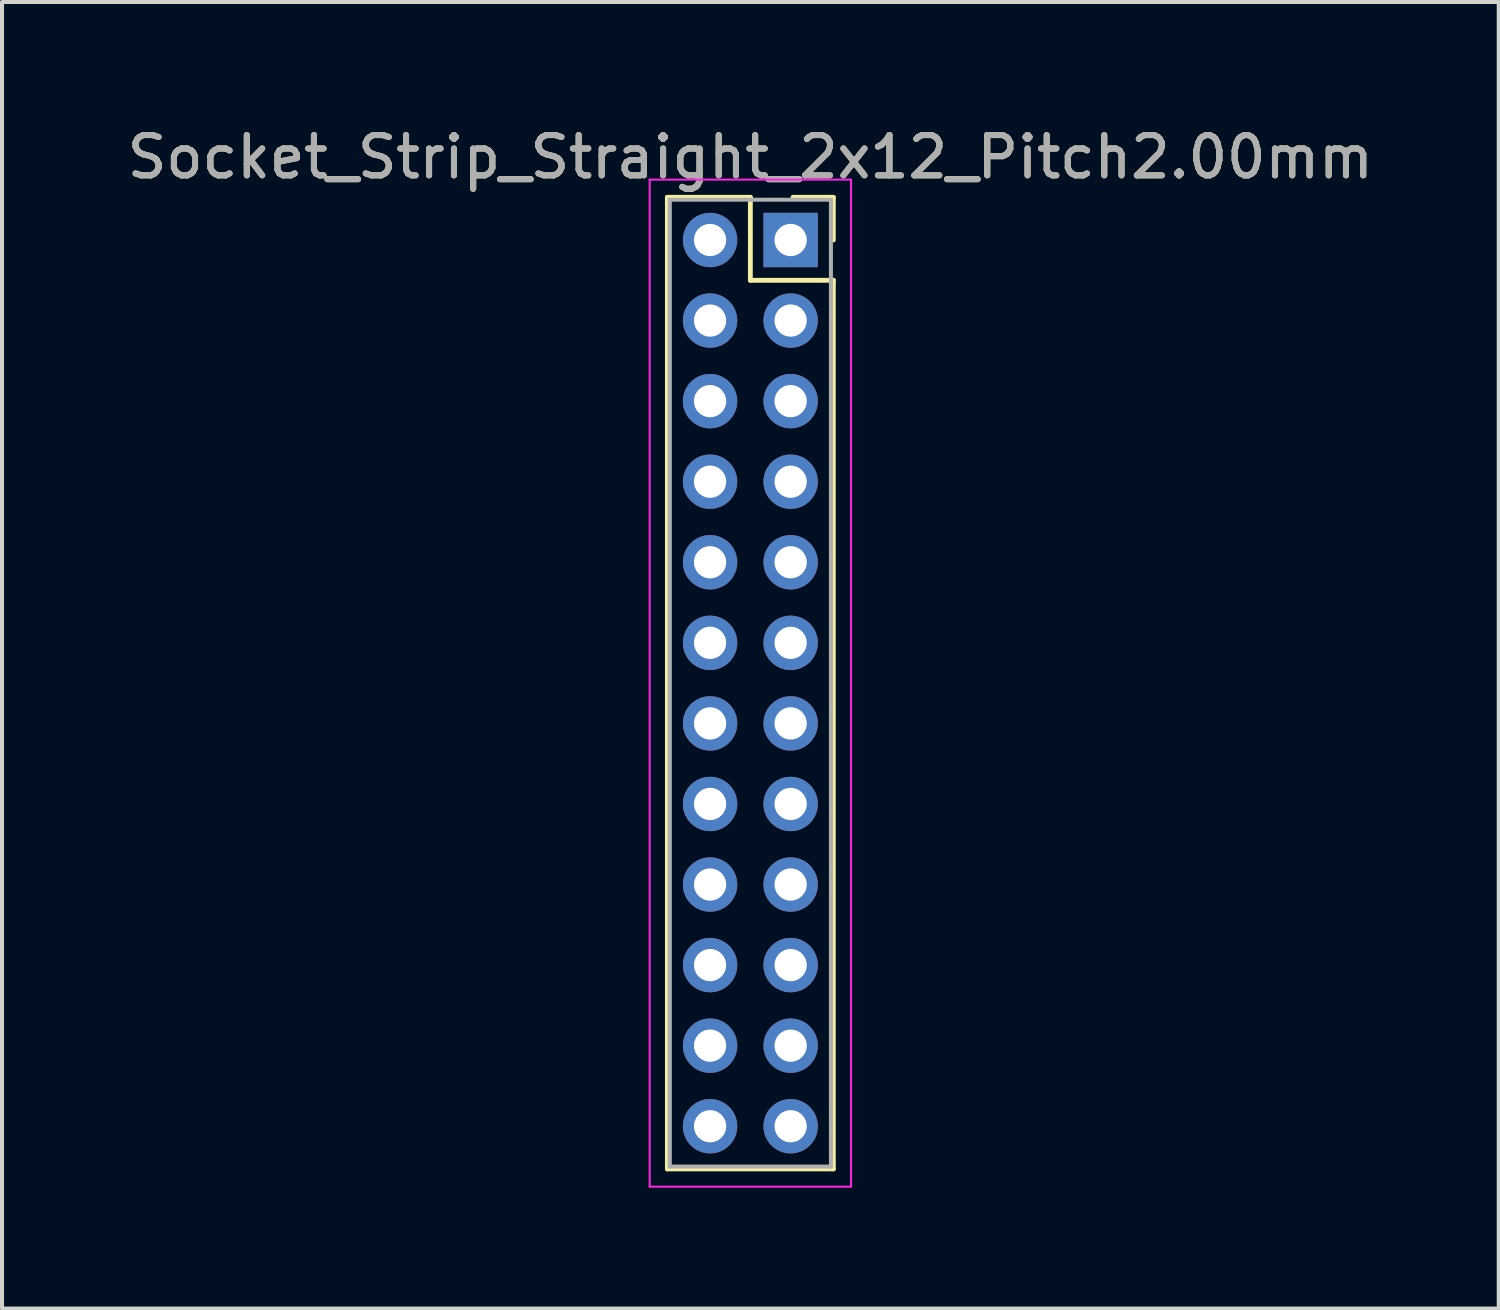
<source format=kicad_pcb>
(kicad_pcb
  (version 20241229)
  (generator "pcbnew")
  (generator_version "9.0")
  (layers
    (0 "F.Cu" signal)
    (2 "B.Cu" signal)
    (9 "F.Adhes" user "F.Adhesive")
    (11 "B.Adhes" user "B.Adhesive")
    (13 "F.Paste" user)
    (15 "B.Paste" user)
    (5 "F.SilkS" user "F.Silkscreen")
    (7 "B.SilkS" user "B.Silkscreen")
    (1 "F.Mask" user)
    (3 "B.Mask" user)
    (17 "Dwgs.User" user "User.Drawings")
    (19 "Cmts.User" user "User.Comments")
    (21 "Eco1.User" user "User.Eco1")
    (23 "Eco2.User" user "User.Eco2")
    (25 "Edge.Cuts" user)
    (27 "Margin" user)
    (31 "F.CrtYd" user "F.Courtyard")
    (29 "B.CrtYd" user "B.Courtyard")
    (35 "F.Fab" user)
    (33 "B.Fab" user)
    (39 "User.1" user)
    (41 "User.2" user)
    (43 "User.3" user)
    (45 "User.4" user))
  (footprint "Socket_Strip_Straight_2x12_Pitch2.00mm"
    (layer "F.Cu")
    (at 16.577 2.908)
    (property "Reference" "Socket_Strip_Straight_2x12_Pitch2.00mm" (at -1 -2.06 0) (layer "F.SilkS") (effects (font (size 1 1) (thickness 0.15))))
    (attr through_hole)
    (fp_line (start -3.06 -1.06) (end -1 -1.06) (stroke (width 0.12) (type solid)) (layer "F.SilkS"))
    (fp_line (start -3.06 23.06) (end -3.06 -1.06) (stroke (width 0.12) (type solid)) (layer "F.SilkS"))
    (fp_line (start -1 -1.06) (end -1 1) (stroke (width 0.12) (type solid)) (layer "F.SilkS"))
    (fp_line (start -1 1) (end 1.06 1) (stroke (width 0.12) (type solid)) (layer "F.SilkS"))
    (fp_line (start 1.06 -1.06) (end 0.06 -1.06) (stroke (width 0.12) (type solid)) (layer "F.SilkS"))
    (fp_line (start 1.06 0) (end 1.06 -1.06) (stroke (width 0.12) (type solid)) (layer "F.SilkS"))
    (fp_line (start 1.06 1) (end 1.06 23.06) (stroke (width 0.12) (type solid)) (layer "F.SilkS"))
    (fp_line (start 1.06 23.06) (end -3.06 23.06) (stroke (width 0.12) (type solid)) (layer "F.SilkS"))
    (fp_line (start -3.5 -1.5) (end -3.5 23.5) (stroke (width 0.05) (type solid)) (layer "F.CrtYd"))
    (fp_line (start -3.5 23.5) (end 1.5 23.5) (stroke (width 0.05) (type solid)) (layer "F.CrtYd"))
    (fp_line (start 1.5 -1.5) (end -3.5 -1.5) (stroke (width 0.05) (type solid)) (layer "F.CrtYd"))
    (fp_line (start 1.5 23.5) (end 1.5 -1.5) (stroke (width 0.05) (type solid)) (layer "F.CrtYd"))
    (fp_line (start -3 -1) (end -3 23) (stroke (width 0.1) (type solid)) (layer "F.Fab"))
    (fp_line (start -3 23) (end 1 23) (stroke (width 0.1) (type solid)) (layer "F.Fab"))
    (fp_line (start 1 -1) (end -3 -1) (stroke (width 0.1) (type solid)) (layer "F.Fab"))
    (fp_line (start 1 23) (end 1 -1) (stroke (width 0.1) (type solid)) (layer "F.Fab"))
    (fp_text user "${REFERENCE}" (at -1 -2.06 0) (layer "F.Fab") (effects (font (size 1 1) (thickness 0.15))))
    (pad "1" thru_hole rect (at 0 0) (size 1.35 1.35) (drill 0.8) (layers "*.Cu" "*.Mask"))
    (pad "2" thru_hole oval (at -2 0) (size 1.35 1.35) (drill 0.8) (layers "*.Cu" "*.Mask"))
    (pad "3" thru_hole oval (at 0 2) (size 1.35 1.35) (drill 0.8) (layers "*.Cu" "*.Mask"))
    (pad "4" thru_hole oval (at -2 2) (size 1.35 1.35) (drill 0.8) (layers "*.Cu" "*.Mask"))
    (pad "5" thru_hole oval (at 0 4) (size 1.35 1.35) (drill 0.8) (layers "*.Cu" "*.Mask"))
    (pad "6" thru_hole oval (at -2 4) (size 1.35 1.35) (drill 0.8) (layers "*.Cu" "*.Mask"))
    (pad "7" thru_hole oval (at 0 6) (size 1.35 1.35) (drill 0.8) (layers "*.Cu" "*.Mask"))
    (pad "8" thru_hole oval (at -2 6) (size 1.35 1.35) (drill 0.8) (layers "*.Cu" "*.Mask"))
    (pad "9" thru_hole oval (at 0 8) (size 1.35 1.35) (drill 0.8) (layers "*.Cu" "*.Mask"))
    (pad "10" thru_hole oval (at -2 8) (size 1.35 1.35) (drill 0.8) (layers "*.Cu" "*.Mask"))
    (pad "11" thru_hole oval (at 0 10) (size 1.35 1.35) (drill 0.8) (layers "*.Cu" "*.Mask"))
    (pad "12" thru_hole oval (at -2 10) (size 1.35 1.35) (drill 0.8) (layers "*.Cu" "*.Mask"))
    (pad "13" thru_hole oval (at 0 12) (size 1.35 1.35) (drill 0.8) (layers "*.Cu" "*.Mask"))
    (pad "14" thru_hole oval (at -2 12) (size 1.35 1.35) (drill 0.8) (layers "*.Cu" "*.Mask"))
    (pad "15" thru_hole oval (at 0 14) (size 1.35 1.35) (drill 0.8) (layers "*.Cu" "*.Mask"))
    (pad "16" thru_hole oval (at -2 14) (size 1.35 1.35) (drill 0.8) (layers "*.Cu" "*.Mask"))
    (pad "17" thru_hole oval (at 0 16) (size 1.35 1.35) (drill 0.8) (layers "*.Cu" "*.Mask"))
    (pad "18" thru_hole oval (at -2 16) (size 1.35 1.35) (drill 0.8) (layers "*.Cu" "*.Mask"))
    (pad "19" thru_hole oval (at 0 18) (size 1.35 1.35) (drill 0.8) (layers "*.Cu" "*.Mask"))
    (pad "20" thru_hole oval (at -2 18) (size 1.35 1.35) (drill 0.8) (layers "*.Cu" "*.Mask"))
    (pad "21" thru_hole oval (at 0 20) (size 1.35 1.35) (drill 0.8) (layers "*.Cu" "*.Mask"))
    (pad "22" thru_hole oval (at -2 20) (size 1.35 1.35) (drill 0.8) (layers "*.Cu" "*.Mask"))
    (pad "23" thru_hole oval (at 0 22) (size 1.35 1.35) (drill 0.8) (layers "*.Cu" "*.Mask"))
    (pad "24" thru_hole oval (at -2 22) (size 1.35 1.35) (drill 0.8) (layers "*.Cu" "*.Mask")))
  (gr_rect
    (start -3 -3)
    (end 34.155 29.433)
    (stroke (width 0.1) (type default))
    (fill no)
    (layer "Edge.Cuts")))
</source>
